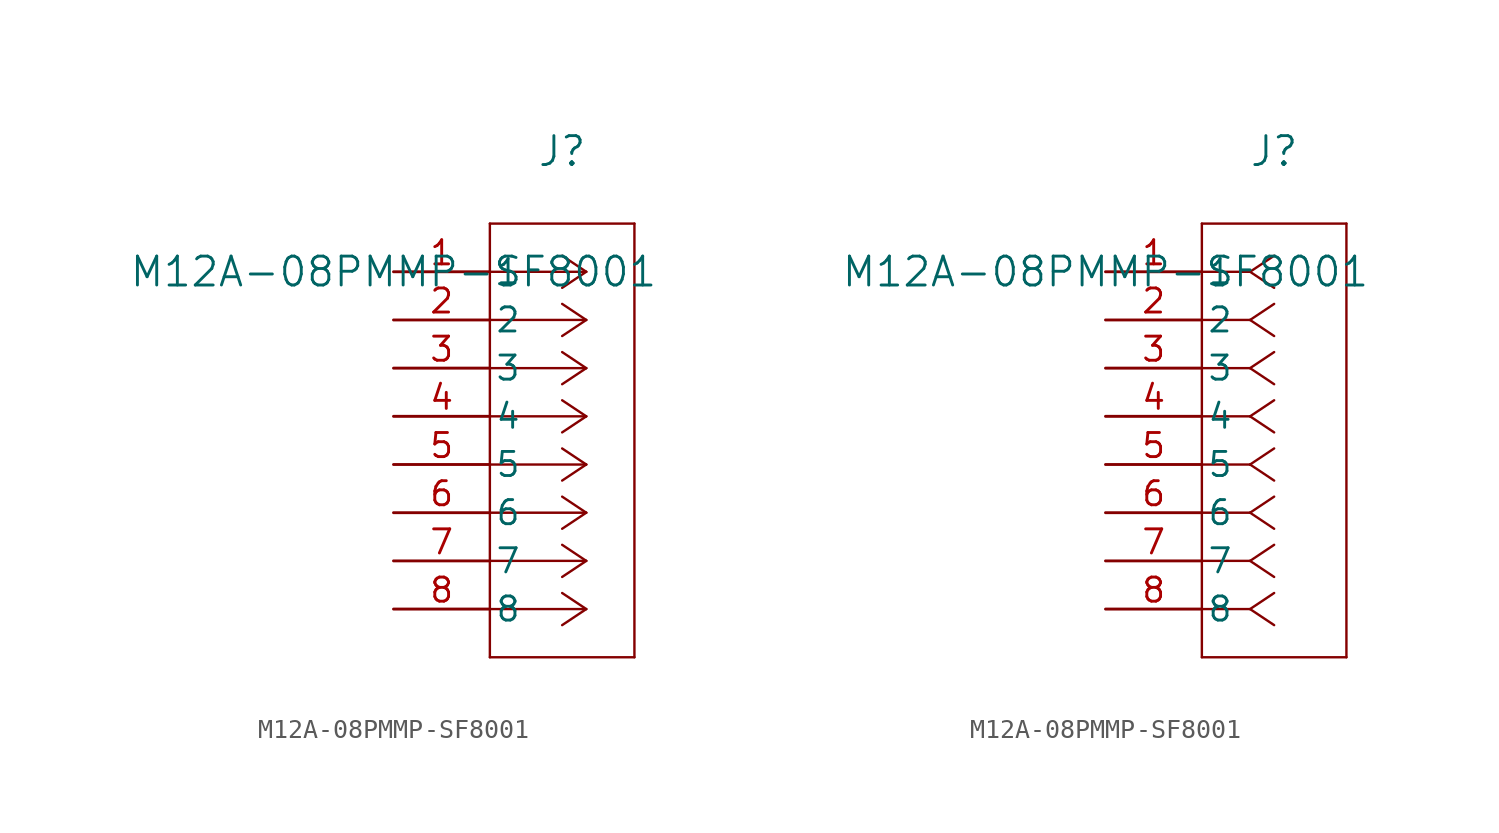
<source format=kicad_sym>
(kicad_symbol_lib
  (version 20211014)
  (generator kicad_symbol_editor)
  (symbol "M12A-08PMMP-SF8001"
    (pin_names
      (offset 0.254))
    (property "Reference" "J"
      (at 8.89 6.35 0)
      (effects (font (size 1.524 1.524))))
    (property "Value" "M12A-08PMMP-SF8001"
      (at 0 0 0)
      (effects (font (size 1.524 1.524))))
    (symbol "M12A-08PMMP-SF8001_1_1"
      (polyline (pts (xy 10.16 0) (xy 5.08 0)) (stroke (width 0.127) (type default) (color 0 0 0 0)) (fill (type none)))
      (polyline (pts (xy 10.16 -2.54) (xy 5.08 -2.54)) (stroke (width 0.127) (type default) (color 0 0 0 0)) (fill (type none)))
      (polyline (pts (xy 10.16 -5.08) (xy 5.08 -5.08)) (stroke (width 0.127) (type default) (color 0 0 0 0)) (fill (type none)))
      (polyline (pts (xy 10.16 -7.62) (xy 5.08 -7.62)) (stroke (width 0.127) (type default) (color 0 0 0 0)) (fill (type none)))
      (polyline (pts (xy 10.16 -10.16) (xy 5.08 -10.16)) (stroke (width 0.127) (type default) (color 0 0 0 0)) (fill (type none)))
      (polyline (pts (xy 10.16 -12.7) (xy 5.08 -12.7)) (stroke (width 0.127) (type default) (color 0 0 0 0)) (fill (type none)))
      (polyline (pts (xy 10.16 -15.24) (xy 5.08 -15.24)) (stroke (width 0.127) (type default) (color 0 0 0 0)) (fill (type none)))
      (polyline (pts (xy 10.16 -17.78) (xy 5.08 -17.78)) (stroke (width 0.127) (type default) (color 0 0 0 0)) (fill (type none)))
      (polyline (pts (xy 10.16 0) (xy 8.89 0.847)) (stroke (width 0.127) (type default) (color 0 0 0 0)) (fill (type none)))
      (polyline (pts (xy 10.16 -2.54) (xy 8.89 -1.693)) (stroke (width 0.127) (type default) (color 0 0 0 0)) (fill (type none)))
      (polyline (pts (xy 10.16 -5.08) (xy 8.89 -4.233)) (stroke (width 0.127) (type default) (color 0 0 0 0)) (fill (type none)))
      (polyline (pts (xy 10.16 -7.62) (xy 8.89 -6.773)) (stroke (width 0.127) (type default) (color 0 0 0 0)) (fill (type none)))
      (polyline (pts (xy 10.16 -10.16) (xy 8.89 -9.313)) (stroke (width 0.127) (type default) (color 0 0 0 0)) (fill (type none)))
      (polyline (pts (xy 10.16 -12.7) (xy 8.89 -11.853)) (stroke (width 0.127) (type default) (color 0 0 0 0)) (fill (type none)))
      (polyline (pts (xy 10.16 -15.24) (xy 8.89 -14.393)) (stroke (width 0.127) (type default) (color 0 0 0 0)) (fill (type none)))
      (polyline (pts (xy 10.16 -17.78) (xy 8.89 -16.933)) (stroke (width 0.127) (type default) (color 0 0 0 0)) (fill (type none)))
      (polyline (pts (xy 10.16 0) (xy 8.89 -0.847)) (stroke (width 0.127) (type default) (color 0 0 0 0)) (fill (type none)))
      (polyline (pts (xy 10.16 -2.54) (xy 8.89 -3.387)) (stroke (width 0.127) (type default) (color 0 0 0 0)) (fill (type none)))
      (polyline (pts (xy 10.16 -5.08) (xy 8.89 -5.927)) (stroke (width 0.127) (type default) (color 0 0 0 0)) (fill (type none)))
      (polyline (pts (xy 10.16 -7.62) (xy 8.89 -8.467)) (stroke (width 0.127) (type default) (color 0 0 0 0)) (fill (type none)))
      (polyline (pts (xy 10.16 -10.16) (xy 8.89 -11.007)) (stroke (width 0.127) (type default) (color 0 0 0 0)) (fill (type none)))
      (polyline (pts (xy 10.16 -12.7) (xy 8.89 -13.547)) (stroke (width 0.127) (type default) (color 0 0 0 0)) (fill (type none)))
      (polyline (pts (xy 10.16 -15.24) (xy 8.89 -16.087)) (stroke (width 0.127) (type default) (color 0 0 0 0)) (fill (type none)))
      (polyline (pts (xy 10.16 -17.78) (xy 8.89 -18.627)) (stroke (width 0.127) (type default) (color 0 0 0 0)) (fill (type none)))
      (polyline (pts (xy 5.08 2.54) (xy 5.08 -20.32)) (stroke (width 0.127) (type default) (color 0 0 0 0)) (fill (type none)))
      (polyline (pts (xy 5.08 -20.32) (xy 12.7 -20.32)) (stroke (width 0.127) (type default) (color 0 0 0 0)) (fill (type none)))
      (polyline (pts (xy 12.7 -20.32) (xy 12.7 2.54)) (stroke (width 0.127) (type default) (color 0 0 0 0)) (fill (type none)))
      (polyline (pts (xy 12.7 2.54) (xy 5.08 2.54)) (stroke (width 0.127) (type default) (color 0 0 0 0)) (fill (type none)))
      (pin unspecified line (at 0 0 0) (length 5.08) (name "1" (effects (font (size 1.27 1.27)))) (number "1" (effects (font (size 1.27 1.27)))))
      (pin unspecified line (at 0 -2.54 0) (length 5.08) (name "2" (effects (font (size 1.27 1.27)))) (number "2" (effects (font (size 1.27 1.27)))))
      (pin unspecified line (at 0 -5.08 0) (length 5.08) (name "3" (effects (font (size 1.27 1.27)))) (number "3" (effects (font (size 1.27 1.27)))))
      (pin unspecified line (at 0 -7.62 0) (length 5.08) (name "4" (effects (font (size 1.27 1.27)))) (number "4" (effects (font (size 1.27 1.27)))))
      (pin unspecified line (at 0 -10.16 0) (length 5.08) (name "5" (effects (font (size 1.27 1.27)))) (number "5" (effects (font (size 1.27 1.27)))))
      (pin unspecified line (at 0 -12.7 0) (length 5.08) (name "6" (effects (font (size 1.27 1.27)))) (number "6" (effects (font (size 1.27 1.27)))))
      (pin unspecified line (at 0 -15.24 0) (length 5.08) (name "7" (effects (font (size 1.27 1.27)))) (number "7" (effects (font (size 1.27 1.27)))))
      (pin unspecified line (at 0 -17.78 0) (length 5.08) (name "8" (effects (font (size 1.27 1.27)))) (number "8" (effects (font (size 1.27 1.27))))))
    (symbol "M12A-08PMMP-SF8001_1_2"
      (polyline (pts (xy 7.62 0) (xy 5.08 0)) (stroke (width 0.127) (type default) (color 0 0 0 0)) (fill (type none)))
      (polyline (pts (xy 7.62 -2.54) (xy 5.08 -2.54)) (stroke (width 0.127) (type default) (color 0 0 0 0)) (fill (type none)))
      (polyline (pts (xy 7.62 -5.08) (xy 5.08 -5.08)) (stroke (width 0.127) (type default) (color 0 0 0 0)) (fill (type none)))
      (polyline (pts (xy 7.62 -7.62) (xy 5.08 -7.62)) (stroke (width 0.127) (type default) (color 0 0 0 0)) (fill (type none)))
      (polyline (pts (xy 7.62 -10.16) (xy 5.08 -10.16)) (stroke (width 0.127) (type default) (color 0 0 0 0)) (fill (type none)))
      (polyline (pts (xy 7.62 -12.7) (xy 5.08 -12.7)) (stroke (width 0.127) (type default) (color 0 0 0 0)) (fill (type none)))
      (polyline (pts (xy 7.62 -15.24) (xy 5.08 -15.24)) (stroke (width 0.127) (type default) (color 0 0 0 0)) (fill (type none)))
      (polyline (pts (xy 7.62 -17.78) (xy 5.08 -17.78)) (stroke (width 0.127) (type default) (color 0 0 0 0)) (fill (type none)))
      (polyline (pts (xy 7.62 0) (xy 8.89 0.847)) (stroke (width 0.127) (type default) (color 0 0 0 0)) (fill (type none)))
      (polyline (pts (xy 7.62 -2.54) (xy 8.89 -1.693)) (stroke (width 0.127) (type default) (color 0 0 0 0)) (fill (type none)))
      (polyline (pts (xy 7.62 -5.08) (xy 8.89 -4.233)) (stroke (width 0.127) (type default) (color 0 0 0 0)) (fill (type none)))
      (polyline (pts (xy 7.62 -7.62) (xy 8.89 -6.773)) (stroke (width 0.127) (type default) (color 0 0 0 0)) (fill (type none)))
      (polyline (pts (xy 7.62 -10.16) (xy 8.89 -9.313)) (stroke (width 0.127) (type default) (color 0 0 0 0)) (fill (type none)))
      (polyline (pts (xy 7.62 -12.7) (xy 8.89 -11.853)) (stroke (width 0.127) (type default) (color 0 0 0 0)) (fill (type none)))
      (polyline (pts (xy 7.62 -15.24) (xy 8.89 -14.393)) (stroke (width 0.127) (type default) (color 0 0 0 0)) (fill (type none)))
      (polyline (pts (xy 7.62 -17.78) (xy 8.89 -16.933)) (stroke (width 0.127) (type default) (color 0 0 0 0)) (fill (type none)))
      (polyline (pts (xy 7.62 0) (xy 8.89 -0.847)) (stroke (width 0.127) (type default) (color 0 0 0 0)) (fill (type none)))
      (polyline (pts (xy 7.62 -2.54) (xy 8.89 -3.387)) (stroke (width 0.127) (type default) (color 0 0 0 0)) (fill (type none)))
      (polyline (pts (xy 7.62 -5.08) (xy 8.89 -5.927)) (stroke (width 0.127) (type default) (color 0 0 0 0)) (fill (type none)))
      (polyline (pts (xy 7.62 -7.62) (xy 8.89 -8.467)) (stroke (width 0.127) (type default) (color 0 0 0 0)) (fill (type none)))
      (polyline (pts (xy 7.62 -10.16) (xy 8.89 -11.007)) (stroke (width 0.127) (type default) (color 0 0 0 0)) (fill (type none)))
      (polyline (pts (xy 7.62 -12.7) (xy 8.89 -13.547)) (stroke (width 0.127) (type default) (color 0 0 0 0)) (fill (type none)))
      (polyline (pts (xy 7.62 -15.24) (xy 8.89 -16.087)) (stroke (width 0.127) (type default) (color 0 0 0 0)) (fill (type none)))
      (polyline (pts (xy 7.62 -17.78) (xy 8.89 -18.627)) (stroke (width 0.127) (type default) (color 0 0 0 0)) (fill (type none)))
      (polyline (pts (xy 5.08 2.54) (xy 5.08 -20.32)) (stroke (width 0.127) (type default) (color 0 0 0 0)) (fill (type none)))
      (polyline (pts (xy 5.08 -20.32) (xy 12.7 -20.32)) (stroke (width 0.127) (type default) (color 0 0 0 0)) (fill (type none)))
      (polyline (pts (xy 12.7 -20.32) (xy 12.7 2.54)) (stroke (width 0.127) (type default) (color 0 0 0 0)) (fill (type none)))
      (polyline (pts (xy 12.7 2.54) (xy 5.08 2.54)) (stroke (width 0.127) (type default) (color 0 0 0 0)) (fill (type none)))
      (pin unspecified line (at 0 0 0) (length 5.08) (name "1" (effects (font (size 1.27 1.27)))) (number "1" (effects (font (size 1.27 1.27)))))
      (pin unspecified line (at 0 -2.54 0) (length 5.08) (name "2" (effects (font (size 1.27 1.27)))) (number "2" (effects (font (size 1.27 1.27)))))
      (pin unspecified line (at 0 -5.08 0) (length 5.08) (name "3" (effects (font (size 1.27 1.27)))) (number "3" (effects (font (size 1.27 1.27)))))
      (pin unspecified line (at 0 -7.62 0) (length 5.08) (name "4" (effects (font (size 1.27 1.27)))) (number "4" (effects (font (size 1.27 1.27)))))
      (pin unspecified line (at 0 -10.16 0) (length 5.08) (name "5" (effects (font (size 1.27 1.27)))) (number "5" (effects (font (size 1.27 1.27)))))
      (pin unspecified line (at 0 -12.7 0) (length 5.08) (name "6" (effects (font (size 1.27 1.27)))) (number "6" (effects (font (size 1.27 1.27)))))
      (pin unspecified line (at 0 -15.24 0) (length 5.08) (name "7" (effects (font (size 1.27 1.27)))) (number "7" (effects (font (size 1.27 1.27)))))
      (pin unspecified line (at 0 -17.78 0) (length 5.08) (name "8" (effects (font (size 1.27 1.27)))) (number "8" (effects (font (size 1.27 1.27))))))))
</source>
